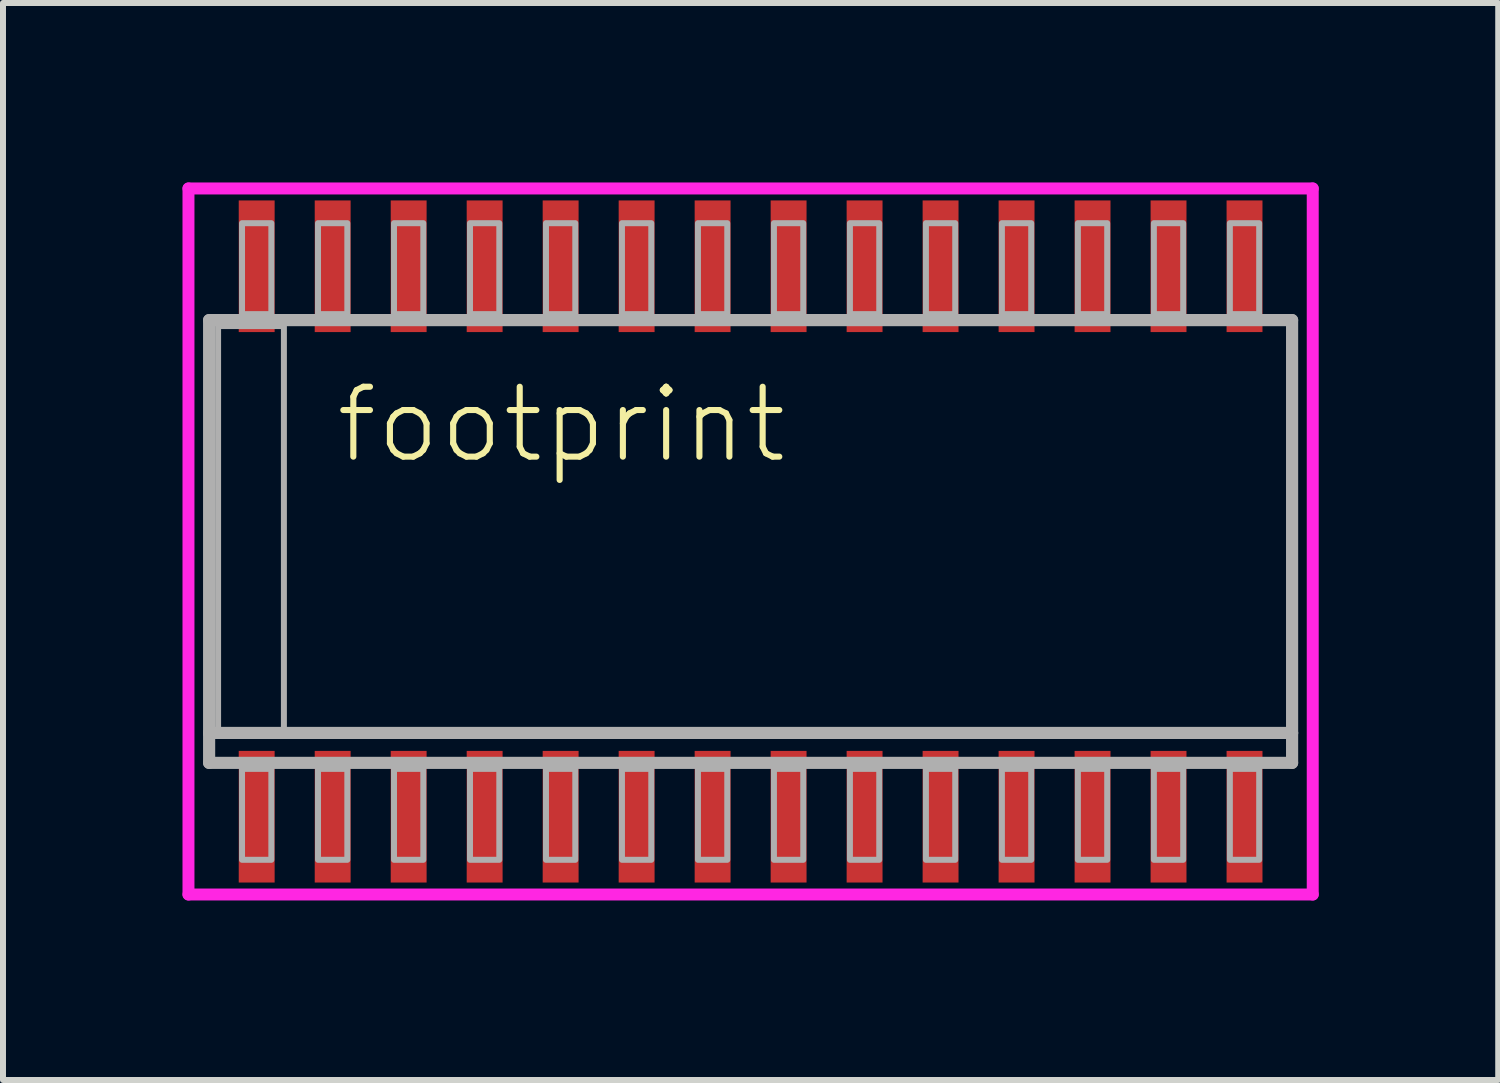
<source format=kicad_pcb>
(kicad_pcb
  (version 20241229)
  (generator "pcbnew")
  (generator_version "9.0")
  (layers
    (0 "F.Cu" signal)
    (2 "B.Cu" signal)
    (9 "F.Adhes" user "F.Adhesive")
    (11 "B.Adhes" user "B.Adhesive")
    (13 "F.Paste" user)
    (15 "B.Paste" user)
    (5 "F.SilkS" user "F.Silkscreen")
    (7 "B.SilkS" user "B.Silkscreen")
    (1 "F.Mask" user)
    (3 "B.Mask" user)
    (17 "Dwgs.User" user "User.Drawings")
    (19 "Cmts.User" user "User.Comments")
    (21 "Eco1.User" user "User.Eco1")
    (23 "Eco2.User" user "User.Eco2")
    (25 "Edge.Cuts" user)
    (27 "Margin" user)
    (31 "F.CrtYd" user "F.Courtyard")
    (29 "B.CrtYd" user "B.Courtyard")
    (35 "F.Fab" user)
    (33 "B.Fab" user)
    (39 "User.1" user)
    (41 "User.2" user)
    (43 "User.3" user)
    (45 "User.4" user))
  (footprint "footprint"
    (layer "F.Cu")
    (at 9.495 6)
    (property "Reference" "footprint" (at -6.985 -1.27 0) (layer "F.SilkS") (effects (font (size 1.168 1.168) (thickness 0.102)) (justify left bottom)))
    (fp_line (start -9.395 -5.9) (end 9.395 -5.9) (stroke (width 0.2) (type solid)) (layer "F.CrtYd"))
    (fp_line (start -9.395 5.9) (end -9.395 -5.9) (stroke (width 0.2) (type solid)) (layer "F.CrtYd"))
    (fp_line (start 9.395 -5.9) (end 9.395 5.9) (stroke (width 0.2) (type solid)) (layer "F.CrtYd"))
    (fp_line (start 9.395 5.9) (end -9.395 5.9) (stroke (width 0.2) (type solid)) (layer "F.CrtYd"))
    (fp_line (start -9.05 -3.7) (end 9.05 -3.7) (stroke (width 0.203) (type solid)) (layer "F.Fab"))
    (fp_line (start -9.05 3.2) (end -9.05 -3.7) (stroke (width 0.203) (type solid)) (layer "F.Fab"))
    (fp_line (start -9.05 3.7) (end -9.05 3.2) (stroke (width 0.203) (type solid)) (layer "F.Fab"))
    (fp_line (start 9.05 -3.7) (end 9.05 3.2) (stroke (width 0.203) (type solid)) (layer "F.Fab"))
    (fp_line (start 9.05 3.2) (end -9.05 3.2) (stroke (width 0.203) (type solid)) (layer "F.Fab"))
    (fp_line (start 9.05 3.2) (end 9.05 3.7) (stroke (width 0.203) (type solid)) (layer "F.Fab"))
    (fp_line (start 9.05 3.7) (end -9.05 3.7) (stroke (width 0.203) (type solid)) (layer "F.Fab"))
    (fp_poly (pts (xy -8.9 3.2) (xy -7.8 3.2) (xy -7.8 -3.6) (xy -8.9 -3.6)) (stroke (width 0.1) (type solid)) (fill no) (layer "F.Fab"))
    (fp_poly (pts (xy -8.5 -3.8) (xy -8.01 -3.8) (xy -8.01 -5.32) (xy -8.5 -5.32)) (stroke (width 0.1) (type solid)) (fill no) (layer "F.Fab"))
    (fp_poly (pts (xy -8.5 5.32) (xy -8.01 5.32) (xy -8.01 3.8) (xy -8.5 3.8)) (stroke (width 0.1) (type solid)) (fill no) (layer "F.Fab"))
    (fp_poly (pts (xy -7.23 -3.8) (xy -6.74 -3.8) (xy -6.74 -5.32) (xy -7.23 -5.32)) (stroke (width 0.1) (type solid)) (fill no) (layer "F.Fab"))
    (fp_poly (pts (xy -7.23 5.32) (xy -6.74 5.32) (xy -6.74 3.8) (xy -7.23 3.8)) (stroke (width 0.1) (type solid)) (fill no) (layer "F.Fab"))
    (fp_poly (pts (xy -5.96 -3.8) (xy -5.47 -3.8) (xy -5.47 -5.32) (xy -5.96 -5.32)) (stroke (width 0.1) (type solid)) (fill no) (layer "F.Fab"))
    (fp_poly (pts (xy -5.96 5.32) (xy -5.47 5.32) (xy -5.47 3.8) (xy -5.96 3.8)) (stroke (width 0.1) (type solid)) (fill no) (layer "F.Fab"))
    (fp_poly (pts (xy -4.69 -3.8) (xy -4.2 -3.8) (xy -4.2 -5.32) (xy -4.69 -5.32)) (stroke (width 0.1) (type solid)) (fill no) (layer "F.Fab"))
    (fp_poly (pts (xy -4.69 5.32) (xy -4.2 5.32) (xy -4.2 3.8) (xy -4.69 3.8)) (stroke (width 0.1) (type solid)) (fill no) (layer "F.Fab"))
    (fp_poly (pts (xy -3.42 -3.8) (xy -2.93 -3.8) (xy -2.93 -5.32) (xy -3.42 -5.32)) (stroke (width 0.1) (type solid)) (fill no) (layer "F.Fab"))
    (fp_poly (pts (xy -3.42 5.32) (xy -2.93 5.32) (xy -2.93 3.8) (xy -3.42 3.8)) (stroke (width 0.1) (type solid)) (fill no) (layer "F.Fab"))
    (fp_poly (pts (xy -2.15 -3.8) (xy -1.66 -3.8) (xy -1.66 -5.32) (xy -2.15 -5.32)) (stroke (width 0.1) (type solid)) (fill no) (layer "F.Fab"))
    (fp_poly (pts (xy -2.15 5.32) (xy -1.66 5.32) (xy -1.66 3.8) (xy -2.15 3.8)) (stroke (width 0.1) (type solid)) (fill no) (layer "F.Fab"))
    (fp_poly (pts (xy -0.88 -3.8) (xy -0.39 -3.8) (xy -0.39 -5.32) (xy -0.88 -5.32)) (stroke (width 0.1) (type solid)) (fill no) (layer "F.Fab"))
    (fp_poly (pts (xy -0.88 5.32) (xy -0.39 5.32) (xy -0.39 3.8) (xy -0.88 3.8)) (stroke (width 0.1) (type solid)) (fill no) (layer "F.Fab"))
    (fp_poly (pts (xy 0.39 -3.8) (xy 0.88 -3.8) (xy 0.88 -5.32) (xy 0.39 -5.32)) (stroke (width 0.1) (type solid)) (fill no) (layer "F.Fab"))
    (fp_poly (pts (xy 0.39 5.32) (xy 0.88 5.32) (xy 0.88 3.8) (xy 0.39 3.8)) (stroke (width 0.1) (type solid)) (fill no) (layer "F.Fab"))
    (fp_poly (pts (xy 1.66 -3.8) (xy 2.15 -3.8) (xy 2.15 -5.32) (xy 1.66 -5.32)) (stroke (width 0.1) (type solid)) (fill no) (layer "F.Fab"))
    (fp_poly (pts (xy 1.66 5.32) (xy 2.15 5.32) (xy 2.15 3.8) (xy 1.66 3.8)) (stroke (width 0.1) (type solid)) (fill no) (layer "F.Fab"))
    (fp_poly (pts (xy 2.93 -3.8) (xy 3.42 -3.8) (xy 3.42 -5.32) (xy 2.93 -5.32)) (stroke (width 0.1) (type solid)) (fill no) (layer "F.Fab"))
    (fp_poly (pts (xy 2.93 5.32) (xy 3.42 5.32) (xy 3.42 3.8) (xy 2.93 3.8)) (stroke (width 0.1) (type solid)) (fill no) (layer "F.Fab"))
    (fp_poly (pts (xy 4.2 -3.8) (xy 4.69 -3.8) (xy 4.69 -5.32) (xy 4.2 -5.32)) (stroke (width 0.1) (type solid)) (fill no) (layer "F.Fab"))
    (fp_poly (pts (xy 4.2 5.32) (xy 4.69 5.32) (xy 4.69 3.8) (xy 4.2 3.8)) (stroke (width 0.1) (type solid)) (fill no) (layer "F.Fab"))
    (fp_poly (pts (xy 5.47 -3.8) (xy 5.96 -3.8) (xy 5.96 -5.32) (xy 5.47 -5.32)) (stroke (width 0.1) (type solid)) (fill no) (layer "F.Fab"))
    (fp_poly (pts (xy 5.47 5.32) (xy 5.96 5.32) (xy 5.96 3.8) (xy 5.47 3.8)) (stroke (width 0.1) (type solid)) (fill no) (layer "F.Fab"))
    (fp_poly (pts (xy 6.74 -3.8) (xy 7.23 -3.8) (xy 7.23 -5.32) (xy 6.74 -5.32)) (stroke (width 0.1) (type solid)) (fill no) (layer "F.Fab"))
    (fp_poly (pts (xy 6.74 5.32) (xy 7.23 5.32) (xy 7.23 3.8) (xy 6.74 3.8)) (stroke (width 0.1) (type solid)) (fill no) (layer "F.Fab"))
    (fp_poly (pts (xy 8.01 -3.8) (xy 8.5 -3.8) (xy 8.5 -5.32) (xy 8.01 -5.32)) (stroke (width 0.1) (type solid)) (fill no) (layer "F.Fab"))
    (fp_poly (pts (xy 8.01 5.32) (xy 8.5 5.32) (xy 8.5 3.8) (xy 8.01 3.8)) (stroke (width 0.1) (type solid)) (fill no) (layer "F.Fab"))
    (pad "1" smd rect (at -8.255 4.6) (size 0.6 2.2) (layers "F.Cu" "F.Mask" "F.Paste"))
    (pad "2" smd rect (at -6.985 4.6) (size 0.6 2.2) (layers "F.Cu" "F.Mask" "F.Paste"))
    (pad "3" smd rect (at -5.715 4.6) (size 0.6 2.2) (layers "F.Cu" "F.Mask" "F.Paste"))
    (pad "4" smd rect (at -4.445 4.6) (size 0.6 2.2) (layers "F.Cu" "F.Mask" "F.Paste"))
    (pad "5" smd rect (at -3.175 4.6) (size 0.6 2.2) (layers "F.Cu" "F.Mask" "F.Paste"))
    (pad "6" smd rect (at -1.905 4.6) (size 0.6 2.2) (layers "F.Cu" "F.Mask" "F.Paste"))
    (pad "7" smd rect (at -0.635 4.6) (size 0.6 2.2) (layers "F.Cu" "F.Mask" "F.Paste"))
    (pad "8" smd rect (at 0.635 4.6) (size 0.6 2.2) (layers "F.Cu" "F.Mask" "F.Paste"))
    (pad "9" smd rect (at 1.905 4.6) (size 0.6 2.2) (layers "F.Cu" "F.Mask" "F.Paste"))
    (pad "10" smd rect (at 3.175 4.6) (size 0.6 2.2) (layers "F.Cu" "F.Mask" "F.Paste"))
    (pad "11" smd rect (at 4.445 4.6) (size 0.6 2.2) (layers "F.Cu" "F.Mask" "F.Paste"))
    (pad "12" smd rect (at 5.715 4.6) (size 0.6 2.2) (layers "F.Cu" "F.Mask" "F.Paste"))
    (pad "13" smd rect (at 6.985 4.6) (size 0.6 2.2) (layers "F.Cu" "F.Mask" "F.Paste"))
    (pad "14" smd rect (at 8.255 4.6) (size 0.6 2.2) (layers "F.Cu" "F.Mask" "F.Paste"))
    (pad "15" smd rect (at 8.255 -4.6) (size 0.6 2.2) (layers "F.Cu" "F.Mask" "F.Paste"))
    (pad "16" smd rect (at 6.985 -4.6) (size 0.6 2.2) (layers "F.Cu" "F.Mask" "F.Paste"))
    (pad "17" smd rect (at 5.715 -4.6) (size 0.6 2.2) (layers "F.Cu" "F.Mask" "F.Paste"))
    (pad "18" smd rect (at 4.445 -4.6) (size 0.6 2.2) (layers "F.Cu" "F.Mask" "F.Paste"))
    (pad "19" smd rect (at 3.175 -4.6) (size 0.6 2.2) (layers "F.Cu" "F.Mask" "F.Paste"))
    (pad "20" smd rect (at 1.905 -4.6) (size 0.6 2.2) (layers "F.Cu" "F.Mask" "F.Paste"))
    (pad "21" smd rect (at 0.635 -4.6) (size 0.6 2.2) (layers "F.Cu" "F.Mask" "F.Paste"))
    (pad "22" smd rect (at -0.635 -4.6) (size 0.6 2.2) (layers "F.Cu" "F.Mask" "F.Paste"))
    (pad "23" smd rect (at -1.905 -4.6) (size 0.6 2.2) (layers "F.Cu" "F.Mask" "F.Paste"))
    (pad "24" smd rect (at -3.175 -4.6) (size 0.6 2.2) (layers "F.Cu" "F.Mask" "F.Paste"))
    (pad "25" smd rect (at -4.445 -4.6) (size 0.6 2.2) (layers "F.Cu" "F.Mask" "F.Paste"))
    (pad "26" smd rect (at -5.715 -4.6) (size 0.6 2.2) (layers "F.Cu" "F.Mask" "F.Paste"))
    (pad "27" smd rect (at -6.985 -4.6) (size 0.6 2.2) (layers "F.Cu" "F.Mask" "F.Paste"))
    (pad "28" smd rect (at -8.255 -4.6) (size 0.6 2.2) (layers "F.Cu" "F.Mask" "F.Paste")))
  (gr_rect
    (start -3 -3)
    (end 21.99 15)
    (stroke (width 0.1) (type default))
    (fill no)
    (layer "Edge.Cuts")))
</source>
